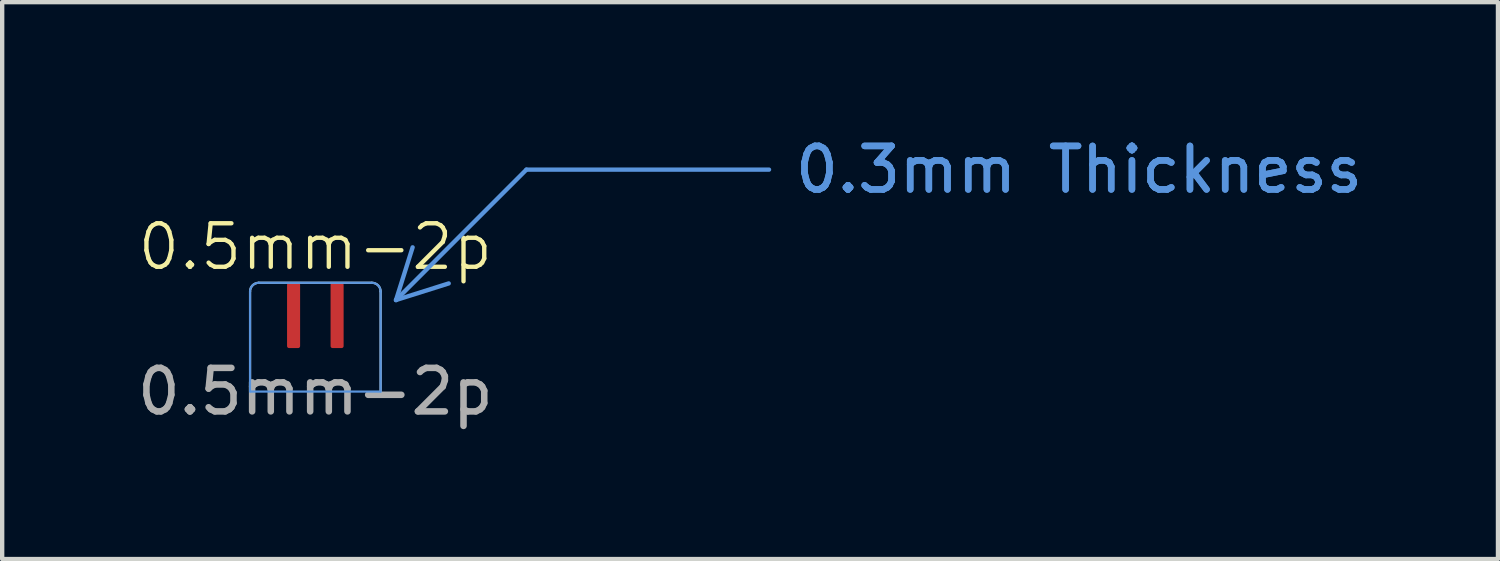
<source format=kicad_pcb>
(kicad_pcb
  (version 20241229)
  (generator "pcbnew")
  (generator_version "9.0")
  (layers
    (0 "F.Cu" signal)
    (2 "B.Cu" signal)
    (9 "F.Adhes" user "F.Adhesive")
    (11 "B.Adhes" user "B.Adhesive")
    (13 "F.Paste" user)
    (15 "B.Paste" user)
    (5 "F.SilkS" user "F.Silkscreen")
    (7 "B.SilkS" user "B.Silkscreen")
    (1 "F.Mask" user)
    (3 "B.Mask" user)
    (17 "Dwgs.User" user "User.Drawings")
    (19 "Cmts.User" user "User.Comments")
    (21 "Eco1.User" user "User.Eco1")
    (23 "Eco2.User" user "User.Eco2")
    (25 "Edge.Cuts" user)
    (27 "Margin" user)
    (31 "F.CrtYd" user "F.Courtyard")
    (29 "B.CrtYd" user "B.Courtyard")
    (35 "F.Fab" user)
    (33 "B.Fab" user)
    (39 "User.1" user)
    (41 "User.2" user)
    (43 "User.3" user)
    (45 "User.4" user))
  (footprint "0.5mm-2p"
    (layer "F.Cu")
    (at 4.196 3.448)
    (property "Reference" "0.5mm-2p" (at 0 -0.825 0) (unlocked yes) (layer "F.SilkS") (effects (font (size 1 1) (thickness 0.1))))
    (attr smd)
    (fp_line (start -1.5 0.2) (end -1.5 2.5) (stroke (width 0.05) (type default)) (layer "Cmts.User"))
    (fp_line (start -1.3 -0.000001) (end 1.3 -0.000001) (stroke (width 0.05) (type default)) (layer "Cmts.User"))
    (fp_line (start 1.5 0.2) (end 1.5 2.5) (stroke (width 0.05) (type default)) (layer "Cmts.User"))
    (fp_line (start 1.5 2.5) (end -1.5 2.5) (stroke (width 0.05) (type default)) (layer "Cmts.User"))
    (fp_arc (start -1.500001 0.199999) (mid -1.441422 0.058578) (end -1.300001 -0.000001) (stroke (width 0.05) (type default)) (layer "Cmts.User"))
    (fp_arc (start 1.299999 -0.000001) (mid 1.44142 0.058578) (end 1.499999 0.199999) (stroke (width 0.05) (type default)) (layer "Cmts.User"))
    (fp_line (start -1.5 0.2) (end -1.5 2.5) (stroke (width 0.05) (type default)) (layer "Edge.Cuts"))
    (fp_line (start -1.3 0) (end 1.3 0) (stroke (width 0.05) (type default)) (layer "Edge.Cuts"))
    (fp_line (start 1.5 0.2) (end 1.5 2.5) (stroke (width 0.05) (type default)) (layer "Edge.Cuts"))
    (fp_arc (start -1.5 0.2) (mid -1.441421 0.058579) (end -1.3 0) (stroke (width 0.05) (type default)) (layer "Edge.Cuts"))
    (fp_arc (start 1.3 0) (mid 1.441421 0.058579) (end 1.5 0.2) (stroke (width 0.05) (type default)) (layer "Edge.Cuts"))
    (fp_text user "${REFERENCE}" (at 0 2.5 0) (unlocked yes) (layer "F.Fab") (effects (font (size 1 1) (thickness 0.15))))
    (dimension (type leader) (layer "Cmts.User") (pts (xy 5.696 4.198) (xy 9.046 0.848)) (format (prefix "") (suffix "") (units 0) (units_format 0) (precision 4) (override_value "0.3mm Thickness")) (style (thickness 0.1) (arrow_length 1.27) (text_position_mode 0) (text_frame 0) (extension_offset 0.5)) (gr_text "0.3mm Thickness" (at 21.746 0.848 0) (layer "Cmts.User") (effects (font (size 1 1) (thickness 0.15)))))
    (pad "1" smd roundrect (at -0.5 0.75) (size 0.3 1.5) (layers "F.Cu" "F.Mask" "F.Paste") (roundrect_rratio 0.15))
    (pad "2" smd roundrect (at 0.5 0.75) (size 0.3 1.5) (layers "F.Cu" "F.Mask" "F.Paste") (roundrect_rratio 0.15)))
  (gr_rect
    (start -3 -3)
    (end 31.371 9.796)
    (stroke (width 0.1) (type default))
    (fill no)
    (layer "Edge.Cuts")))
</source>
